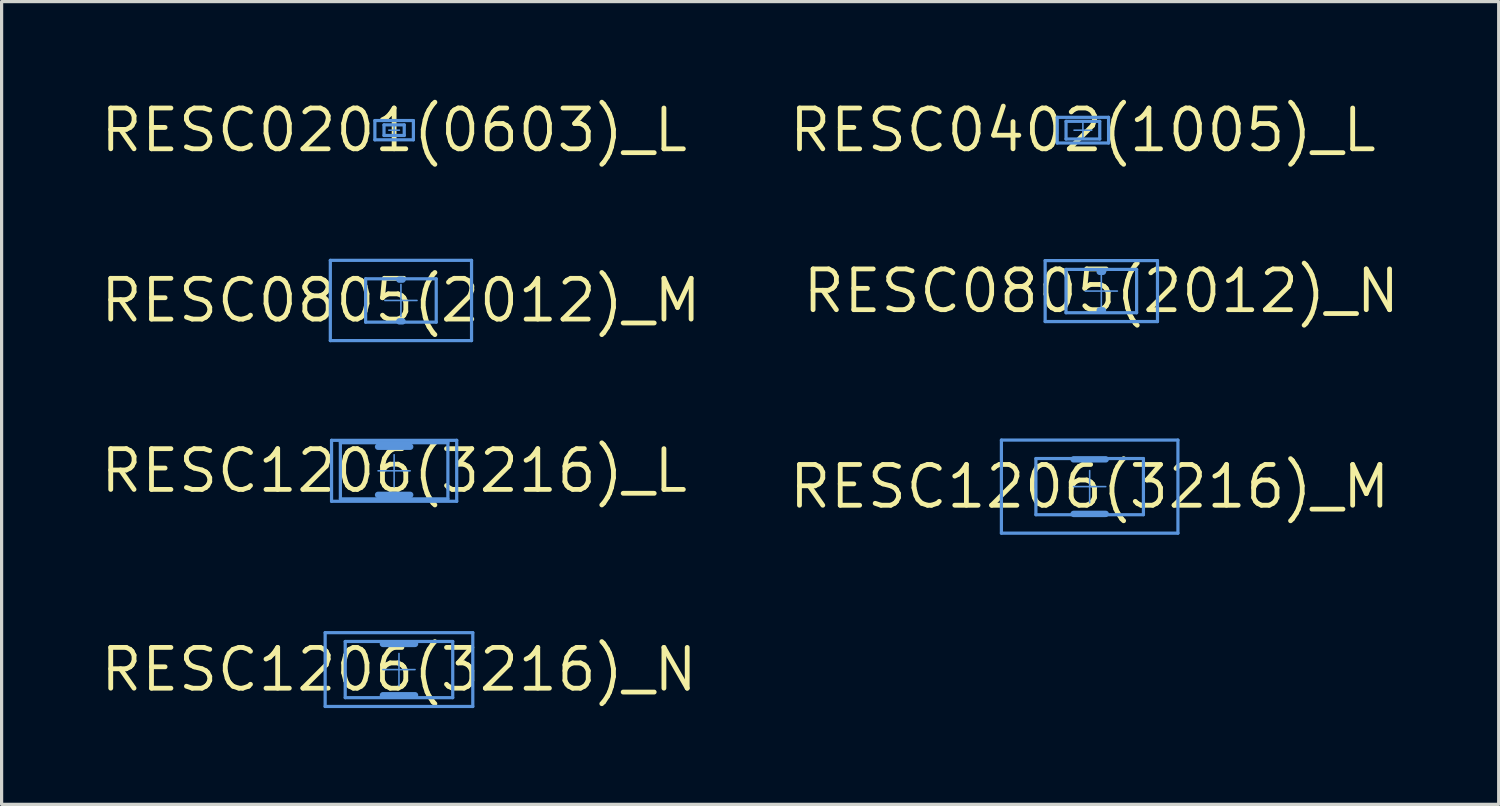
<source format=kicad_pcb>
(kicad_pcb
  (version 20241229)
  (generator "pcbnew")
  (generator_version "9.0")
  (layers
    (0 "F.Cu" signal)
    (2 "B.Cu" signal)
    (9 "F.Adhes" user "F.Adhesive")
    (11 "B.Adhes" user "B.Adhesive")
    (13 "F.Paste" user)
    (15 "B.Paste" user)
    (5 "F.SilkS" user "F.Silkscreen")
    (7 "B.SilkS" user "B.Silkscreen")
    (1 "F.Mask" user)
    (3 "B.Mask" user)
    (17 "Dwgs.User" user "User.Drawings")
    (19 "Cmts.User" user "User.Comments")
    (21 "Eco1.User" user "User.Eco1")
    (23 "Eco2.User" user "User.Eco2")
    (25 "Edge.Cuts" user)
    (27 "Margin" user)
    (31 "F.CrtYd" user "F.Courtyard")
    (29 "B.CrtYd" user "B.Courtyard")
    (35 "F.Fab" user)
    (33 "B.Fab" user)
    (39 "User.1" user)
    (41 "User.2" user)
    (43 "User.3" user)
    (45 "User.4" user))
  (footprint "RESC0805(2012)_M"
    (layer "F.Cu")
    (at 9.442 6.312)
    (property "Reference" "RESC0805(2012)_M" (at 0 0 0) (layer "F.SilkS") (effects (font (size 1.27 1.27) (thickness 0.15))))
    (attr through_hole)
    (fp_line (start -2.2 -1.25) (end 2.2 -1.25) (stroke (width 0.05) (type solid)) (layer "Cmts.User"))
    (fp_line (start -2.2 -1.25) (end 2.2 -1.25) (stroke (width 0.1) (type solid)) (layer "Cmts.User"))
    (fp_line (start -2.2 1.25) (end -2.2 -1.25) (stroke (width 0.05) (type solid)) (layer "Cmts.User"))
    (fp_line (start -2.2 1.25) (end -2.2 -1.25) (stroke (width 0.1) (type solid)) (layer "Cmts.User"))
    (fp_line (start -2.2 1.25) (end 2.2 1.25) (stroke (width 0.05) (type solid)) (layer "Cmts.User"))
    (fp_line (start -2.2 1.25) (end 2.2 1.25) (stroke (width 0.1) (type solid)) (layer "Cmts.User"))
    (fp_line (start -1.1 -0.675) (end 1.1 -0.675) (stroke (width 0.1) (type solid)) (layer "Cmts.User"))
    (fp_line (start -1.1 0.675) (end -1.1 -0.675) (stroke (width 0.1) (type solid)) (layer "Cmts.User"))
    (fp_line (start -1.1 0.675) (end 1.1 0.675) (stroke (width 0.1) (type solid)) (layer "Cmts.User"))
    (fp_line (start -0.5 0) (end 0.5 0) (stroke (width 0.05) (type solid)) (layer "Cmts.User"))
    (fp_line (start -0.05 -0.65) (end 0.05 -0.65) (stroke (width 0.2) (type solid)) (layer "Cmts.User"))
    (fp_line (start -0.05 0.65) (end 0.05 0.65) (stroke (width 0.2) (type solid)) (layer "Cmts.User"))
    (fp_line (start 0 0.5) (end 0 -0.5) (stroke (width 0.05) (type solid)) (layer "Cmts.User"))
    (fp_line (start 1.1 0.675) (end 1.1 -0.675) (stroke (width 0.1) (type solid)) (layer "Cmts.User"))
    (fp_line (start 2.2 1.25) (end 2.2 -1.25) (stroke (width 0.05) (type solid)) (layer "Cmts.User"))
    (fp_line (start 2.2 1.25) (end 2.2 -1.25) (stroke (width 0.1) (type solid)) (layer "Cmts.User")))
  (footprint "RESC1206(3216)_N"
    (layer "F.Cu")
    (at 9.381 17.812)
    (property "Reference" "RESC1206(3216)_N" (at 0 0 0) (layer "F.SilkS") (effects (font (size 1.27 1.27) (thickness 0.15))))
    (attr through_hole)
    (fp_line (start -2.301 -1.15) (end 2.299 -1.15) (stroke (width 0.05) (type solid)) (layer "Cmts.User"))
    (fp_line (start -2.301 1.15) (end -2.301 -1.15) (stroke (width 0.05) (type solid)) (layer "Cmts.User"))
    (fp_line (start -2.301 1.15) (end 2.299 1.15) (stroke (width 0.05) (type solid)) (layer "Cmts.User"))
    (fp_line (start -2.3 -1.15) (end 2.3 -1.15) (stroke (width 0.1) (type solid)) (layer "Cmts.User"))
    (fp_line (start -2.3 1.15) (end -2.3 -1.15) (stroke (width 0.1) (type solid)) (layer "Cmts.User"))
    (fp_line (start -2.3 1.15) (end 2.3 1.15) (stroke (width 0.1) (type solid)) (layer "Cmts.User"))
    (fp_line (start -1.675 -0.875) (end 1.675 -0.875) (stroke (width 0.1) (type solid)) (layer "Cmts.User"))
    (fp_line (start -1.675 0.875) (end -1.675 -0.875) (stroke (width 0.1) (type solid)) (layer "Cmts.User"))
    (fp_line (start -1.675 0.875) (end 1.675 0.875) (stroke (width 0.1) (type solid)) (layer "Cmts.User"))
    (fp_line (start -0.5 -0.8) (end 0.5 -0.8) (stroke (width 0.2) (type solid)) (layer "Cmts.User"))
    (fp_line (start -0.5 0) (end 0.5 0) (stroke (width 0.05) (type solid)) (layer "Cmts.User"))
    (fp_line (start -0.5 0.8) (end 0.5 0.8) (stroke (width 0.2) (type solid)) (layer "Cmts.User"))
    (fp_line (start 0 0.5) (end 0 -0.5) (stroke (width 0.05) (type solid)) (layer "Cmts.User"))
    (fp_line (start 1.675 0.875) (end 1.675 -0.875) (stroke (width 0.1) (type solid)) (layer "Cmts.User"))
    (fp_line (start 2.299 1.15) (end 2.299 -1.15) (stroke (width 0.05) (type solid)) (layer "Cmts.User"))
    (fp_line (start 2.3 1.15) (end 2.3 -1.15) (stroke (width 0.1) (type solid)) (layer "Cmts.User")))
  (footprint "RESC1206(3216)_L"
    (layer "F.Cu")
    (at 9.23 11.619)
    (property "Reference" "RESC1206(3216)_L" (at 0 0 0) (layer "F.SilkS") (effects (font (size 1.27 1.27) (thickness 0.15))))
    (attr through_hole)
    (fp_line (start -1.95 -0.95) (end 1.95 -0.95) (stroke (width 0.05) (type solid)) (layer "Cmts.User"))
    (fp_line (start -1.95 -0.95) (end 1.95 -0.95) (stroke (width 0.1) (type solid)) (layer "Cmts.User"))
    (fp_line (start -1.95 0.95) (end -1.95 -0.95) (stroke (width 0.05) (type solid)) (layer "Cmts.User"))
    (fp_line (start -1.95 0.95) (end -1.95 -0.95) (stroke (width 0.1) (type solid)) (layer "Cmts.User"))
    (fp_line (start -1.95 0.95) (end 1.95 0.95) (stroke (width 0.05) (type solid)) (layer "Cmts.User"))
    (fp_line (start -1.95 0.95) (end 1.95 0.95) (stroke (width 0.1) (type solid)) (layer "Cmts.User"))
    (fp_line (start -1.675 -0.875) (end 1.675 -0.875) (stroke (width 0.1) (type solid)) (layer "Cmts.User"))
    (fp_line (start -1.675 0.875) (end -1.675 -0.875) (stroke (width 0.1) (type solid)) (layer "Cmts.User"))
    (fp_line (start -1.675 0.875) (end 1.675 0.875) (stroke (width 0.1) (type solid)) (layer "Cmts.User"))
    (fp_line (start -0.5 -0.75) (end 0.5 -0.75) (stroke (width 0.2) (type solid)) (layer "Cmts.User"))
    (fp_line (start -0.5 0) (end 0.5 0) (stroke (width 0.05) (type solid)) (layer "Cmts.User"))
    (fp_line (start -0.5 0.75) (end 0.5 0.75) (stroke (width 0.2) (type solid)) (layer "Cmts.User"))
    (fp_line (start 0 0.5) (end 0 -0.5) (stroke (width 0.05) (type solid)) (layer "Cmts.User"))
    (fp_line (start 1.675 0.875) (end 1.675 -0.875) (stroke (width 0.1) (type solid)) (layer "Cmts.User"))
    (fp_line (start 1.95 0.95) (end 1.95 -0.95) (stroke (width 0.05) (type solid)) (layer "Cmts.User"))
    (fp_line (start 1.95 0.95) (end 1.95 -0.95) (stroke (width 0.1) (type solid)) (layer "Cmts.User")))
  (footprint "RESC0201(0603)_L"
    (layer "F.Cu")
    (at 9.23 1.006)
    (property "Reference" "RESC0201(0603)_L" (at 0 0 0) (layer "F.SilkS") (effects (font (size 1.27 1.27) (thickness 0.15))))
    (attr through_hole)
    (fp_line (start -0.6 -0.3) (end 0.6 -0.3) (stroke (width 0.05) (type solid)) (layer "Cmts.User"))
    (fp_line (start -0.6 -0.3) (end 0.6 -0.3) (stroke (width 0.1) (type solid)) (layer "Cmts.User"))
    (fp_line (start -0.6 0.3) (end -0.6 -0.3) (stroke (width 0.05) (type solid)) (layer "Cmts.User"))
    (fp_line (start -0.6 0.3) (end -0.6 -0.3) (stroke (width 0.1) (type solid)) (layer "Cmts.User"))
    (fp_line (start -0.6 0.3) (end 0.6 0.3) (stroke (width 0.05) (type solid)) (layer "Cmts.User"))
    (fp_line (start -0.6 0.3) (end 0.6 0.3) (stroke (width 0.1) (type solid)) (layer "Cmts.User"))
    (fp_line (start -0.315 -0.165) (end 0.315 -0.165) (stroke (width 0.1) (type solid)) (layer "Cmts.User"))
    (fp_line (start -0.315 0.165) (end -0.315 -0.165) (stroke (width 0.1) (type solid)) (layer "Cmts.User"))
    (fp_line (start -0.315 0.165) (end 0.315 0.165) (stroke (width 0.1) (type solid)) (layer "Cmts.User"))
    (fp_line (start -0.165 0) (end 0.165 0) (stroke (width 0.05) (type solid)) (layer "Cmts.User"))
    (fp_line (start 0 0.165) (end 0 -0.165) (stroke (width 0.05) (type solid)) (layer "Cmts.User"))
    (fp_line (start 0.315 0.165) (end 0.315 -0.165) (stroke (width 0.1) (type solid)) (layer "Cmts.User"))
    (fp_line (start 0.6 0.3) (end 0.6 -0.3) (stroke (width 0.05) (type solid)) (layer "Cmts.User"))
    (fp_line (start 0.6 0.3) (end 0.6 -0.3) (stroke (width 0.1) (type solid)) (layer "Cmts.User")))
  (footprint "RESC0805(2012)_N"
    (layer "F.Cu")
    (at 31.264 6.019)
    (property "Reference" "RESC0805(2012)_N" (at 0 0 0) (layer "F.SilkS") (effects (font (size 1.27 1.27) (thickness 0.15))))
    (attr through_hole)
    (fp_line (start -1.75 -0.95) (end 1.75 -0.95) (stroke (width 0.05) (type solid)) (layer "Cmts.User"))
    (fp_line (start -1.75 -0.95) (end 1.75 -0.95) (stroke (width 0.1) (type solid)) (layer "Cmts.User"))
    (fp_line (start -1.75 0.95) (end -1.75 -0.95) (stroke (width 0.05) (type solid)) (layer "Cmts.User"))
    (fp_line (start -1.75 0.95) (end -1.75 -0.95) (stroke (width 0.1) (type solid)) (layer "Cmts.User"))
    (fp_line (start -1.75 0.95) (end 1.75 0.95) (stroke (width 0.05) (type solid)) (layer "Cmts.User"))
    (fp_line (start -1.75 0.95) (end 1.75 0.95) (stroke (width 0.1) (type solid)) (layer "Cmts.User"))
    (fp_line (start -1.1 -0.675) (end 1.1 -0.675) (stroke (width 0.1) (type solid)) (layer "Cmts.User"))
    (fp_line (start -1.1 0.675) (end -1.1 -0.675) (stroke (width 0.1) (type solid)) (layer "Cmts.User"))
    (fp_line (start -1.1 0.675) (end 1.1 0.675) (stroke (width 0.1) (type solid)) (layer "Cmts.User"))
    (fp_line (start -0.5 0) (end 0.5 0) (stroke (width 0.05) (type solid)) (layer "Cmts.User"))
    (fp_line (start -0.05 -0.6) (end 0.05 -0.6) (stroke (width 0.2) (type solid)) (layer "Cmts.User"))
    (fp_line (start -0.05 0.6) (end 0.05 0.6) (stroke (width 0.2) (type solid)) (layer "Cmts.User"))
    (fp_line (start 0 0.5) (end 0 -0.5) (stroke (width 0.05) (type solid)) (layer "Cmts.User"))
    (fp_line (start 1.1 0.675) (end 1.1 -0.675) (stroke (width 0.1) (type solid)) (layer "Cmts.User"))
    (fp_line (start 1.75 0.95) (end 1.75 -0.95) (stroke (width 0.05) (type solid)) (layer "Cmts.User"))
    (fp_line (start 1.75 0.95) (end 1.75 -0.95) (stroke (width 0.1) (type solid)) (layer "Cmts.User")))
  (footprint "RESC1206(3216)_M"
    (layer "F.Cu")
    (at 30.901 12.112)
    (property "Reference" "RESC1206(3216)_M" (at 0 0 0) (layer "F.SilkS") (effects (font (size 1.27 1.27) (thickness 0.15))))
    (attr through_hole)
    (fp_line (start -2.75 -1.45) (end 2.75 -1.45) (stroke (width 0.05) (type solid)) (layer "Cmts.User"))
    (fp_line (start -2.75 -1.45) (end 2.75 -1.45) (stroke (width 0.1) (type solid)) (layer "Cmts.User"))
    (fp_line (start -2.75 1.45) (end -2.75 -1.45) (stroke (width 0.05) (type solid)) (layer "Cmts.User"))
    (fp_line (start -2.75 1.45) (end -2.75 -1.45) (stroke (width 0.1) (type solid)) (layer "Cmts.User"))
    (fp_line (start -2.75 1.45) (end 2.75 1.45) (stroke (width 0.05) (type solid)) (layer "Cmts.User"))
    (fp_line (start -2.75 1.45) (end 2.75 1.45) (stroke (width 0.1) (type solid)) (layer "Cmts.User"))
    (fp_line (start -1.675 -0.875) (end 1.675 -0.875) (stroke (width 0.1) (type solid)) (layer "Cmts.User"))
    (fp_line (start -1.675 0.875) (end -1.675 -0.875) (stroke (width 0.1) (type solid)) (layer "Cmts.User"))
    (fp_line (start -1.675 0.875) (end 1.675 0.875) (stroke (width 0.1) (type solid)) (layer "Cmts.User"))
    (fp_line (start -0.5 -0.85) (end 0.5 -0.85) (stroke (width 0.2) (type solid)) (layer "Cmts.User"))
    (fp_line (start -0.5 0) (end 0.5 0) (stroke (width 0.05) (type solid)) (layer "Cmts.User"))
    (fp_line (start -0.5 0.85) (end 0.5 0.85) (stroke (width 0.2) (type solid)) (layer "Cmts.User"))
    (fp_line (start 0 0.5) (end 0 -0.5) (stroke (width 0.05) (type solid)) (layer "Cmts.User"))
    (fp_line (start 1.675 0.875) (end 1.675 -0.875) (stroke (width 0.1) (type solid)) (layer "Cmts.User"))
    (fp_line (start 2.75 1.45) (end 2.75 -1.45) (stroke (width 0.05) (type solid)) (layer "Cmts.User"))
    (fp_line (start 2.75 1.45) (end 2.75 -1.45) (stroke (width 0.1) (type solid)) (layer "Cmts.User")))
  (footprint "RESC0402(1005)_L"
    (layer "F.Cu")
    (at 30.69 1.006)
    (property "Reference" "RESC0402(1005)_L" (at 0 0 0) (layer "F.SilkS") (effects (font (size 1.27 1.27) (thickness 0.15))))
    (attr through_hole)
    (fp_line (start -0.8 -0.4) (end 0.8 -0.4) (stroke (width 0.05) (type solid)) (layer "Cmts.User"))
    (fp_line (start -0.8 -0.4) (end 0.8 -0.4) (stroke (width 0.1) (type solid)) (layer "Cmts.User"))
    (fp_line (start -0.8 0.4) (end -0.8 -0.4) (stroke (width 0.05) (type solid)) (layer "Cmts.User"))
    (fp_line (start -0.8 0.4) (end -0.8 -0.4) (stroke (width 0.1) (type solid)) (layer "Cmts.User"))
    (fp_line (start -0.8 0.4) (end 0.8 0.4) (stroke (width 0.05) (type solid)) (layer "Cmts.User"))
    (fp_line (start -0.8 0.4) (end 0.8 0.4) (stroke (width 0.1) (type solid)) (layer "Cmts.User"))
    (fp_line (start -0.525 -0.275) (end 0.525 -0.275) (stroke (width 0.1) (type solid)) (layer "Cmts.User"))
    (fp_line (start -0.525 0.275) (end -0.525 -0.275) (stroke (width 0.1) (type solid)) (layer "Cmts.User"))
    (fp_line (start -0.525 0.275) (end 0.525 0.275) (stroke (width 0.1) (type solid)) (layer "Cmts.User"))
    (fp_line (start -0.275 0) (end 0.275 0) (stroke (width 0.05) (type solid)) (layer "Cmts.User"))
    (fp_line (start 0 0.275) (end 0 -0.275) (stroke (width 0.05) (type solid)) (layer "Cmts.User"))
    (fp_line (start 0.525 0.275) (end 0.525 -0.275) (stroke (width 0.1) (type solid)) (layer "Cmts.User"))
    (fp_line (start 0.8 0.4) (end 0.8 -0.4) (stroke (width 0.05) (type solid)) (layer "Cmts.User"))
    (fp_line (start 0.8 0.4) (end 0.8 -0.4) (stroke (width 0.1) (type solid)) (layer "Cmts.User")))
  (gr_rect
    (start -3 -3)
    (end 43.645 22.012)
    (stroke (width 0.1) (type default))
    (fill no)
    (layer "Edge.Cuts")))
</source>
